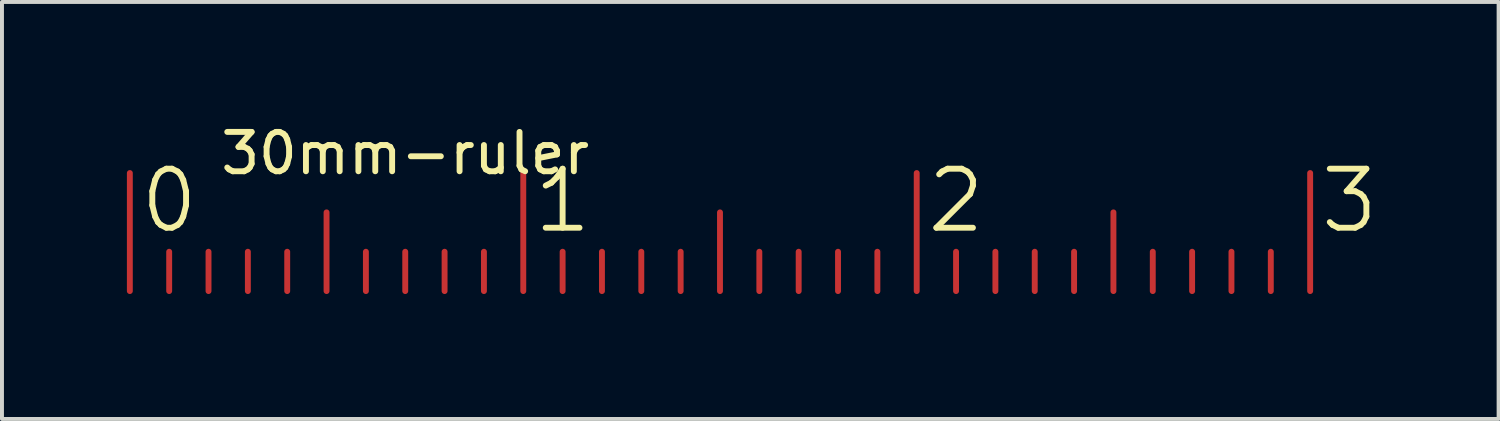
<source format=kicad_pcb>
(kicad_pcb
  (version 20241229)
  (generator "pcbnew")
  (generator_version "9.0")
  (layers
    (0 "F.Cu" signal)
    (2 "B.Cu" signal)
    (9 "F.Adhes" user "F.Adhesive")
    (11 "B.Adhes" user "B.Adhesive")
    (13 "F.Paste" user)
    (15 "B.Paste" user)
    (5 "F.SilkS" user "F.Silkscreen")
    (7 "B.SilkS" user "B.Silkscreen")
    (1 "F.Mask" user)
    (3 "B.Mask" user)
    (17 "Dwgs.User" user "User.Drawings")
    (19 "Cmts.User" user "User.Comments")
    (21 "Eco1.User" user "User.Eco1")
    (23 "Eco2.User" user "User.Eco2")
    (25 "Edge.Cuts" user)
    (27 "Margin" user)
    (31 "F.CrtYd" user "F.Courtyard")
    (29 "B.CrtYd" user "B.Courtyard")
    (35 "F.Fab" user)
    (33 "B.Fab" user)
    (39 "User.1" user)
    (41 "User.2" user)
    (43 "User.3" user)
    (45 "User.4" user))
  (footprint "30mm-ruler"
    (layer "F.Cu")
    (at 0.25 4.349)
    (property "Reference" "30mm-ruler" (at 7 -3.501 0) (layer "F.SilkS") (effects (font (size 1 1) (thickness 0.15))))
    (attr through_hole)
    (fp_line (start 0.00024 -0.001) (end 0.00024 -3.001) (stroke (width 0.15) (type solid)) (layer "F.Cu"))
    (fp_line (start 1 -0.001) (end 1 -1) (stroke (width 0.15) (type solid)) (layer "F.Cu"))
    (fp_line (start 2 -0.001) (end 2 -1) (stroke (width 0.15) (type solid)) (layer "F.Cu"))
    (fp_line (start 3 -0.001) (end 3 -1) (stroke (width 0.15) (type solid)) (layer "F.Cu"))
    (fp_line (start 4 -0.001) (end 4 -1) (stroke (width 0.15) (type solid)) (layer "F.Cu"))
    (fp_line (start 5 -0.001) (end 5 -2.001) (stroke (width 0.15) (type solid)) (layer "F.Cu"))
    (fp_line (start 6 -0.001) (end 6 -1) (stroke (width 0.15) (type solid)) (layer "F.Cu"))
    (fp_line (start 7 -0.001) (end 7 -1) (stroke (width 0.15) (type solid)) (layer "F.Cu"))
    (fp_line (start 8 -0.001) (end 8 -1) (stroke (width 0.15) (type solid)) (layer "F.Cu"))
    (fp_line (start 9 -0.001) (end 9 -1) (stroke (width 0.15) (type solid)) (layer "F.Cu"))
    (fp_line (start 10 -0.001) (end 10 -3.001) (stroke (width 0.15) (type solid)) (layer "F.Cu"))
    (fp_line (start 11 -0.001) (end 11 -1) (stroke (width 0.15) (type solid)) (layer "F.Cu"))
    (fp_line (start 12 -0.001) (end 12 -1) (stroke (width 0.15) (type solid)) (layer "F.Cu"))
    (fp_line (start 13 -0.001) (end 13 -1) (stroke (width 0.15) (type solid)) (layer "F.Cu"))
    (fp_line (start 14 -0.001) (end 14 -1) (stroke (width 0.15) (type solid)) (layer "F.Cu"))
    (fp_line (start 15 -0.001) (end 15 -2.001) (stroke (width 0.15) (type solid)) (layer "F.Cu"))
    (fp_line (start 16 -0.001) (end 16 -1) (stroke (width 0.15) (type solid)) (layer "F.Cu"))
    (fp_line (start 17 -0.001) (end 17 -1) (stroke (width 0.15) (type solid)) (layer "F.Cu"))
    (fp_line (start 18 -0.001) (end 18 -1) (stroke (width 0.15) (type solid)) (layer "F.Cu"))
    (fp_line (start 19 -0.001) (end 19 -1) (stroke (width 0.15) (type solid)) (layer "F.Cu"))
    (fp_line (start 20 -0.001) (end 20 -3.001) (stroke (width 0.15) (type solid)) (layer "F.Cu"))
    (fp_line (start 21 -0.001) (end 21 -1) (stroke (width 0.15) (type solid)) (layer "F.Cu"))
    (fp_line (start 22 -0.001) (end 22 -1) (stroke (width 0.15) (type solid)) (layer "F.Cu"))
    (fp_line (start 23 -0.001) (end 23 -1) (stroke (width 0.15) (type solid)) (layer "F.Cu"))
    (fp_line (start 24 -0.001) (end 24 -1) (stroke (width 0.15) (type solid)) (layer "F.Cu"))
    (fp_line (start 25 -0.001) (end 25 -2.001) (stroke (width 0.15) (type solid)) (layer "F.Cu"))
    (fp_line (start 26 -0.001) (end 26 -1) (stroke (width 0.15) (type solid)) (layer "F.Cu"))
    (fp_line (start 27 -0.001) (end 27 -1) (stroke (width 0.15) (type solid)) (layer "F.Cu"))
    (fp_line (start 28 -0.001) (end 28 -1) (stroke (width 0.15) (type solid)) (layer "F.Cu"))
    (fp_line (start 29 -0.001) (end 29 -1) (stroke (width 0.15) (type solid)) (layer "F.Cu"))
    (fp_line (start 30 -0.001) (end 30 -3.001) (stroke (width 0.15) (type solid)) (layer "F.Cu"))
    (fp_line (start 0.00024 -3.001) (end 0.00024 -3.001) (stroke (width 0.15) (type solid)) (layer "F.Mask"))
    (fp_line (start 0.00024 -0.001) (end 0.00024 -3.001) (stroke (width 0.15) (type solid)) (layer "F.Mask"))
    (fp_line (start 1 -0.001) (end 1 -1) (stroke (width 0.15) (type solid)) (layer "F.Mask"))
    (fp_line (start 2 -0.001) (end 2 -1) (stroke (width 0.15) (type solid)) (layer "F.Mask"))
    (fp_line (start 3 -0.001) (end 3 -1) (stroke (width 0.15) (type solid)) (layer "F.Mask"))
    (fp_line (start 4 -0.001) (end 4 -1) (stroke (width 0.15) (type solid)) (layer "F.Mask"))
    (fp_line (start 5 -0.001) (end 5 -2.001) (stroke (width 0.15) (type solid)) (layer "F.Mask"))
    (fp_line (start 6 -0.001) (end 6 -1) (stroke (width 0.15) (type solid)) (layer "F.Mask"))
    (fp_line (start 7 -0.001) (end 7 -1) (stroke (width 0.15) (type solid)) (layer "F.Mask"))
    (fp_line (start 8 -0.001) (end 8 -1) (stroke (width 0.15) (type solid)) (layer "F.Mask"))
    (fp_line (start 9 -0.001) (end 9 -1) (stroke (width 0.15) (type solid)) (layer "F.Mask"))
    (fp_line (start 10 -0.001) (end 10 -3.001) (stroke (width 0.15) (type solid)) (layer "F.Mask"))
    (fp_line (start 11 -0.001) (end 11 -1) (stroke (width 0.15) (type solid)) (layer "F.Mask"))
    (fp_line (start 12 -0.001) (end 12 -1) (stroke (width 0.15) (type solid)) (layer "F.Mask"))
    (fp_line (start 13 -0.001) (end 13 -1) (stroke (width 0.15) (type solid)) (layer "F.Mask"))
    (fp_line (start 14 -0.001) (end 14 -1) (stroke (width 0.15) (type solid)) (layer "F.Mask"))
    (fp_line (start 15 -0.001) (end 15 -2.001) (stroke (width 0.15) (type solid)) (layer "F.Mask"))
    (fp_line (start 16 -0.001) (end 16 -1) (stroke (width 0.15) (type solid)) (layer "F.Mask"))
    (fp_line (start 17 -0.001) (end 17 -1) (stroke (width 0.15) (type solid)) (layer "F.Mask"))
    (fp_line (start 18 -0.001) (end 18 -1) (stroke (width 0.15) (type solid)) (layer "F.Mask"))
    (fp_line (start 19 -0.001) (end 19 -1) (stroke (width 0.15) (type solid)) (layer "F.Mask"))
    (fp_line (start 20 -0.001) (end 20 -3.001) (stroke (width 0.15) (type solid)) (layer "F.Mask"))
    (fp_line (start 21 -0.001) (end 21 -1) (stroke (width 0.15) (type solid)) (layer "F.Mask"))
    (fp_line (start 22 -0.001) (end 22 -1) (stroke (width 0.15) (type solid)) (layer "F.Mask"))
    (fp_line (start 23 -0.001) (end 23 -1) (stroke (width 0.15) (type solid)) (layer "F.Mask"))
    (fp_line (start 24 -0.001) (end 24 -1) (stroke (width 0.15) (type solid)) (layer "F.Mask"))
    (fp_line (start 25 -0.001) (end 25 -2.001) (stroke (width 0.15) (type solid)) (layer "F.Mask"))
    (fp_line (start 26 -0.001) (end 26 -1) (stroke (width 0.15) (type solid)) (layer "F.Mask"))
    (fp_line (start 27 -0.001) (end 27 -1) (stroke (width 0.15) (type solid)) (layer "F.Mask"))
    (fp_line (start 28 -0.001) (end 28 -1) (stroke (width 0.15) (type solid)) (layer "F.Mask"))
    (fp_line (start 29 -0.001) (end 29 -1) (stroke (width 0.15) (type solid)) (layer "F.Mask"))
    (fp_line (start 30 -0.001) (end 30 -3.001) (stroke (width 0.15) (type solid)) (layer "F.Mask"))
    (fp_text user "2" (at 21 -2.297 0) (layer "F.SilkS") (effects (font (size 1.5 1.5) (thickness 0.15))))
    (fp_text user "0" (at 1 -2.297 0) (layer "F.SilkS") (effects (font (size 1.5 1.5) (thickness 0.15))))
    (fp_text user "3" (at 31 -2.297 0) (layer "F.SilkS") (effects (font (size 1.5 1.5) (thickness 0.15))))
    (fp_text user "1" (at 11 -2.297 0) (layer "F.SilkS") (effects (font (size 1.5 1.5) (thickness 0.15)))))
  (gr_rect
    (start -3 -3)
    (end 35.04 7.599)
    (stroke (width 0.1) (type default))
    (fill no)
    (layer "Edge.Cuts")))
</source>
